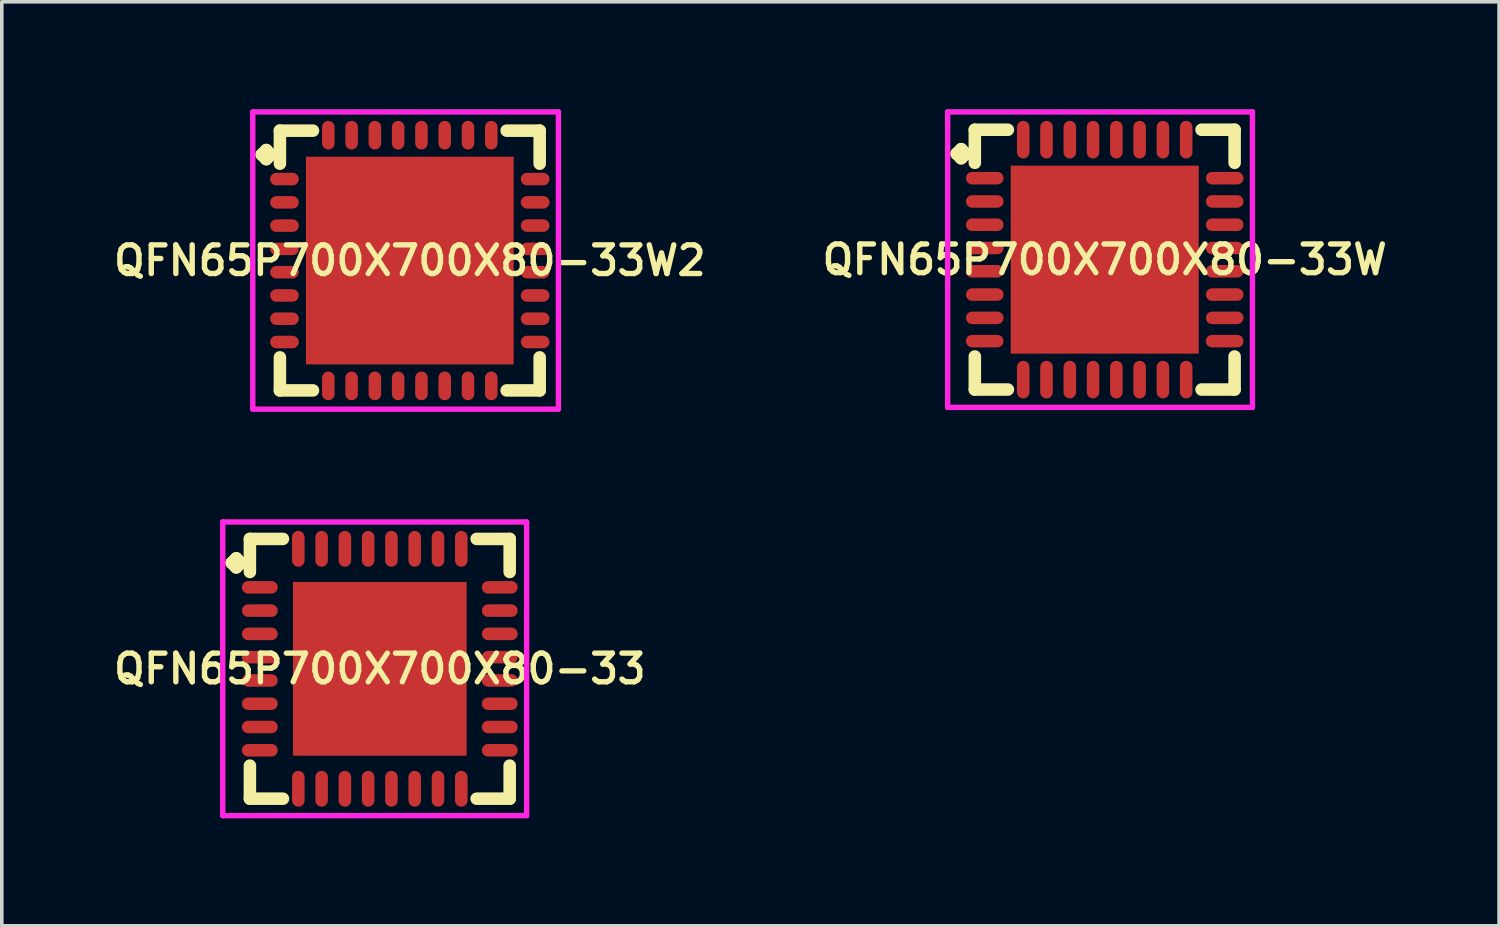
<source format=kicad_pcb>
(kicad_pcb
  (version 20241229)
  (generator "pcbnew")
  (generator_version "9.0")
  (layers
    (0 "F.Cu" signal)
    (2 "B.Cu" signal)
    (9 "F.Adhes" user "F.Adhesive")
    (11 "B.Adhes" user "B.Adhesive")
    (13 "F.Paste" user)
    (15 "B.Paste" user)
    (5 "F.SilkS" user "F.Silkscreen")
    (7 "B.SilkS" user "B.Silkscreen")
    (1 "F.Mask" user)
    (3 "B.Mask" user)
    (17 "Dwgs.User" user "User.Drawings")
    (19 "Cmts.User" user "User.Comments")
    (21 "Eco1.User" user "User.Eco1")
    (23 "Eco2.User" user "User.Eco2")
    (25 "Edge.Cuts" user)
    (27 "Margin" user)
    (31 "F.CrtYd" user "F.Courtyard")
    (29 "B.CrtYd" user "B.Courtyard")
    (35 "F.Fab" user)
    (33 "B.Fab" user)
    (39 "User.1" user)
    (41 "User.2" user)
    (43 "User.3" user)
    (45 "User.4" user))
  (footprint "QFN65P700X700X80-33W"
    (layer "F.Cu")
    (at 27.797 4.2)
    (property "Reference" "QFN65P700X700X80-33W" (at 0 0 0) (layer "F.SilkS") (effects (font (size 0.8 0.8) (thickness 0.15))))
    (attr smd)
    (fp_line (start -4.135 -2.958) (end -4.008 -3.085) (stroke (width 0.35) (type solid)) (layer "F.SilkS"))
    (fp_line (start -4.008 -3.085) (end -3.881 -2.958) (stroke (width 0.35) (type solid)) (layer "F.SilkS"))
    (fp_line (start -4.008 -2.831) (end -4.135 -2.958) (stroke (width 0.35) (type solid)) (layer "F.SilkS"))
    (fp_line (start -3.881 -2.958) (end -4.008 -2.831) (stroke (width 0.35) (type solid)) (layer "F.SilkS"))
    (fp_line (start -3.627 -3.627) (end -2.704 -3.627) (stroke (width 0.35) (type solid)) (layer "F.SilkS"))
    (fp_line (start -3.627 -2.704) (end -3.627 -3.627) (stroke (width 0.35) (type solid)) (layer "F.SilkS"))
    (fp_line (start -3.627 2.704) (end -3.627 3.627) (stroke (width 0.35) (type solid)) (layer "F.SilkS"))
    (fp_line (start -3.627 3.627) (end -2.704 3.627) (stroke (width 0.35) (type solid)) (layer "F.SilkS"))
    (fp_line (start 2.704 -3.627) (end 3.627 -3.627) (stroke (width 0.35) (type solid)) (layer "F.SilkS"))
    (fp_line (start 2.704 3.627) (end 3.627 3.627) (stroke (width 0.35) (type solid)) (layer "F.SilkS"))
    (fp_line (start 3.627 -3.627) (end 3.627 -2.704) (stroke (width 0.35) (type solid)) (layer "F.SilkS"))
    (fp_line (start 3.627 3.627) (end 3.627 2.704) (stroke (width 0.35) (type solid)) (layer "F.SilkS"))
    (fp_line (start -4.385 -4.125) (end 4.125 -4.125) (stroke (width 0.15) (type solid)) (layer "F.CrtYd"))
    (fp_line (start -4.385 4.125) (end -4.385 -4.125) (stroke (width 0.15) (type solid)) (layer "F.CrtYd"))
    (fp_line (start 4.125 -4.125) (end 4.125 4.125) (stroke (width 0.15) (type solid)) (layer "F.CrtYd"))
    (fp_line (start 4.125 4.125) (end -4.385 4.125) (stroke (width 0.15) (type solid)) (layer "F.CrtYd"))
    (pad "1" smd oval (at -3.35 -2.275) (size 1.05 0.35) (layers "F.Cu" "F.Mask" "F.Paste"))
    (pad "2" smd oval (at -3.35 -1.625) (size 1.05 0.35) (layers "F.Cu" "F.Mask" "F.Paste"))
    (pad "3" smd oval (at -3.35 -0.975) (size 1.05 0.35) (layers "F.Cu" "F.Mask" "F.Paste"))
    (pad "4" smd oval (at -3.35 -0.325) (size 1.05 0.35) (layers "F.Cu" "F.Mask" "F.Paste"))
    (pad "5" smd oval (at -3.35 0.325) (size 1.05 0.35) (layers "F.Cu" "F.Mask" "F.Paste"))
    (pad "6" smd oval (at -3.35 0.975) (size 1.05 0.35) (layers "F.Cu" "F.Mask" "F.Paste"))
    (pad "7" smd oval (at -3.35 1.625) (size 1.05 0.35) (layers "F.Cu" "F.Mask" "F.Paste"))
    (pad "8" smd oval (at -3.35 2.275) (size 1.05 0.35) (layers "F.Cu" "F.Mask" "F.Paste"))
    (pad "9" smd oval (at -2.275 3.35) (size 0.35 1.05) (layers "F.Cu" "F.Mask" "F.Paste"))
    (pad "10" smd oval (at -1.625 3.35) (size 0.35 1.05) (layers "F.Cu" "F.Mask" "F.Paste"))
    (pad "11" smd oval (at -0.975 3.35) (size 0.35 1.05) (layers "F.Cu" "F.Mask" "F.Paste"))
    (pad "12" smd oval (at -0.325 3.35) (size 0.35 1.05) (layers "F.Cu" "F.Mask" "F.Paste"))
    (pad "13" smd oval (at 0.325 3.35) (size 0.35 1.05) (layers "F.Cu" "F.Mask" "F.Paste"))
    (pad "14" smd oval (at 0.975 3.35) (size 0.35 1.05) (layers "F.Cu" "F.Mask" "F.Paste"))
    (pad "15" smd oval (at 1.625 3.35) (size 0.35 1.05) (layers "F.Cu" "F.Mask" "F.Paste"))
    (pad "16" smd oval (at 2.275 3.35) (size 0.35 1.05) (layers "F.Cu" "F.Mask" "F.Paste"))
    (pad "17" smd oval (at 3.35 2.275) (size 1.05 0.35) (layers "F.Cu" "F.Mask" "F.Paste"))
    (pad "18" smd oval (at 3.35 1.625) (size 1.05 0.35) (layers "F.Cu" "F.Mask" "F.Paste"))
    (pad "19" smd oval (at 3.35 0.975) (size 1.05 0.35) (layers "F.Cu" "F.Mask" "F.Paste"))
    (pad "20" smd oval (at 3.35 0.325) (size 1.05 0.35) (layers "F.Cu" "F.Mask" "F.Paste"))
    (pad "21" smd oval (at 3.35 -0.325) (size 1.05 0.35) (layers "F.Cu" "F.Mask" "F.Paste"))
    (pad "22" smd oval (at 3.35 -0.975) (size 1.05 0.35) (layers "F.Cu" "F.Mask" "F.Paste"))
    (pad "23" smd oval (at 3.35 -1.625) (size 1.05 0.35) (layers "F.Cu" "F.Mask" "F.Paste"))
    (pad "24" smd oval (at 3.35 -2.275) (size 1.05 0.35) (layers "F.Cu" "F.Mask" "F.Paste"))
    (pad "25" smd oval (at 2.275 -3.35) (size 0.35 1.05) (layers "F.Cu" "F.Mask" "F.Paste"))
    (pad "26" smd oval (at 1.625 -3.35) (size 0.35 1.05) (layers "F.Cu" "F.Mask" "F.Paste"))
    (pad "27" smd oval (at 0.975 -3.35) (size 0.35 1.05) (layers "F.Cu" "F.Mask" "F.Paste"))
    (pad "28" smd oval (at 0.325 -3.35) (size 0.35 1.05) (layers "F.Cu" "F.Mask" "F.Paste"))
    (pad "29" smd oval (at -0.325 -3.35) (size 0.35 1.05) (layers "F.Cu" "F.Mask" "F.Paste"))
    (pad "30" smd oval (at -0.975 -3.35) (size 0.35 1.05) (layers "F.Cu" "F.Mask" "F.Paste"))
    (pad "31" smd oval (at -1.625 -3.35) (size 0.35 1.05) (layers "F.Cu" "F.Mask" "F.Paste"))
    (pad "32" smd oval (at -2.275 -3.35) (size 0.35 1.05) (layers "F.Cu" "F.Mask" "F.Paste"))
    (pad "33" smd rect (at 0 0) (size 5.25 5.25) (layers "F.Cu" "F.Mask" "F.Paste")))
  (footprint "QFN65P700X700X80-33"
    (layer "F.Cu")
    (at 7.555 15.625)
    (property "Reference" "QFN65P700X700X80-33" (at 0 0 0) (layer "F.SilkS") (effects (font (size 0.8 0.8) (thickness 0.15))))
    (attr smd)
    (fp_line (start -4.135 -2.958) (end -4.008 -3.085) (stroke (width 0.35) (type solid)) (layer "F.SilkS"))
    (fp_line (start -4.008 -3.085) (end -3.881 -2.958) (stroke (width 0.35) (type solid)) (layer "F.SilkS"))
    (fp_line (start -4.008 -2.831) (end -4.135 -2.958) (stroke (width 0.35) (type solid)) (layer "F.SilkS"))
    (fp_line (start -3.881 -2.958) (end -4.008 -2.831) (stroke (width 0.35) (type solid)) (layer "F.SilkS"))
    (fp_line (start -3.627 -3.627) (end -2.704 -3.627) (stroke (width 0.35) (type solid)) (layer "F.SilkS"))
    (fp_line (start -3.627 -2.704) (end -3.627 -3.627) (stroke (width 0.35) (type solid)) (layer "F.SilkS"))
    (fp_line (start -3.627 2.704) (end -3.627 3.627) (stroke (width 0.35) (type solid)) (layer "F.SilkS"))
    (fp_line (start -3.627 3.627) (end -2.704 3.627) (stroke (width 0.35) (type solid)) (layer "F.SilkS"))
    (fp_line (start 2.704 -3.627) (end 3.627 -3.627) (stroke (width 0.35) (type solid)) (layer "F.SilkS"))
    (fp_line (start 2.704 3.627) (end 3.627 3.627) (stroke (width 0.35) (type solid)) (layer "F.SilkS"))
    (fp_line (start 3.627 -3.627) (end 3.627 -2.704) (stroke (width 0.35) (type solid)) (layer "F.SilkS"))
    (fp_line (start 3.627 3.627) (end 3.627 2.704) (stroke (width 0.35) (type solid)) (layer "F.SilkS"))
    (fp_line (start -4.385 -4.1) (end 4.1 -4.1) (stroke (width 0.15) (type solid)) (layer "F.CrtYd"))
    (fp_line (start -4.385 4.1) (end -4.385 -4.1) (stroke (width 0.15) (type solid)) (layer "F.CrtYd"))
    (fp_line (start 4.1 -4.1) (end 4.1 4.1) (stroke (width 0.15) (type solid)) (layer "F.CrtYd"))
    (fp_line (start 4.1 4.1) (end -4.385 4.1) (stroke (width 0.15) (type solid)) (layer "F.CrtYd"))
    (pad "1" smd oval (at -3.35 -2.275) (size 1 0.35) (layers "F.Cu" "F.Mask" "F.Paste"))
    (pad "2" smd oval (at -3.35 -1.625) (size 1 0.35) (layers "F.Cu" "F.Mask" "F.Paste"))
    (pad "3" smd oval (at -3.35 -0.975) (size 1 0.35) (layers "F.Cu" "F.Mask" "F.Paste"))
    (pad "4" smd oval (at -3.35 -0.325) (size 1 0.35) (layers "F.Cu" "F.Mask" "F.Paste"))
    (pad "5" smd oval (at -3.35 0.325) (size 1 0.35) (layers "F.Cu" "F.Mask" "F.Paste"))
    (pad "6" smd oval (at -3.35 0.975) (size 1 0.35) (layers "F.Cu" "F.Mask" "F.Paste"))
    (pad "7" smd oval (at -3.35 1.625) (size 1 0.35) (layers "F.Cu" "F.Mask" "F.Paste"))
    (pad "8" smd oval (at -3.35 2.275) (size 1 0.35) (layers "F.Cu" "F.Mask" "F.Paste"))
    (pad "9" smd oval (at -2.275 3.35) (size 0.35 1) (layers "F.Cu" "F.Mask" "F.Paste"))
    (pad "10" smd oval (at -1.625 3.35) (size 0.35 1) (layers "F.Cu" "F.Mask" "F.Paste"))
    (pad "11" smd oval (at -0.975 3.35) (size 0.35 1) (layers "F.Cu" "F.Mask" "F.Paste"))
    (pad "12" smd oval (at -0.325 3.35) (size 0.35 1) (layers "F.Cu" "F.Mask" "F.Paste"))
    (pad "13" smd oval (at 0.325 3.35) (size 0.35 1) (layers "F.Cu" "F.Mask" "F.Paste"))
    (pad "14" smd oval (at 0.975 3.35) (size 0.35 1) (layers "F.Cu" "F.Mask" "F.Paste"))
    (pad "15" smd oval (at 1.625 3.35) (size 0.35 1) (layers "F.Cu" "F.Mask" "F.Paste"))
    (pad "16" smd oval (at 2.275 3.35) (size 0.35 1) (layers "F.Cu" "F.Mask" "F.Paste"))
    (pad "17" smd oval (at 3.35 2.275) (size 1 0.35) (layers "F.Cu" "F.Mask" "F.Paste"))
    (pad "18" smd oval (at 3.35 1.625) (size 1 0.35) (layers "F.Cu" "F.Mask" "F.Paste"))
    (pad "19" smd oval (at 3.35 0.975) (size 1 0.35) (layers "F.Cu" "F.Mask" "F.Paste"))
    (pad "20" smd oval (at 3.35 0.325) (size 1 0.35) (layers "F.Cu" "F.Mask" "F.Paste"))
    (pad "21" smd oval (at 3.35 -0.325) (size 1 0.35) (layers "F.Cu" "F.Mask" "F.Paste"))
    (pad "22" smd oval (at 3.35 -0.975) (size 1 0.35) (layers "F.Cu" "F.Mask" "F.Paste"))
    (pad "23" smd oval (at 3.35 -1.625) (size 1 0.35) (layers "F.Cu" "F.Mask" "F.Paste"))
    (pad "24" smd oval (at 3.35 -2.275) (size 1 0.35) (layers "F.Cu" "F.Mask" "F.Paste"))
    (pad "25" smd oval (at 2.275 -3.35) (size 0.35 1) (layers "F.Cu" "F.Mask" "F.Paste"))
    (pad "26" smd oval (at 1.625 -3.35) (size 0.35 1) (layers "F.Cu" "F.Mask" "F.Paste"))
    (pad "27" smd oval (at 0.975 -3.35) (size 0.35 1) (layers "F.Cu" "F.Mask" "F.Paste"))
    (pad "28" smd oval (at 0.325 -3.35) (size 0.35 1) (layers "F.Cu" "F.Mask" "F.Paste"))
    (pad "29" smd oval (at -0.325 -3.35) (size 0.35 1) (layers "F.Cu" "F.Mask" "F.Paste"))
    (pad "30" smd oval (at -0.975 -3.35) (size 0.35 1) (layers "F.Cu" "F.Mask" "F.Paste"))
    (pad "31" smd oval (at -1.625 -3.35) (size 0.35 1) (layers "F.Cu" "F.Mask" "F.Paste"))
    (pad "32" smd oval (at -2.275 -3.35) (size 0.35 1) (layers "F.Cu" "F.Mask" "F.Paste"))
    (pad "33" smd rect (at 0 0) (size 4.85 4.85) (layers "F.Cu" "F.Mask" "F.Paste")))
  (footprint "QFN65P700X700X80-33W2"
    (layer "F.Cu")
    (at 8.393 4.225)
    (property "Reference" "QFN65P700X700X80-33W2" (at 0 0 0) (layer "F.SilkS") (effects (font (size 0.8 0.8) (thickness 0.15))))
    (attr smd)
    (fp_line (start -4.135 -2.958) (end -4.008 -3.085) (stroke (width 0.35) (type solid)) (layer "F.SilkS"))
    (fp_line (start -4.008 -3.085) (end -3.881 -2.958) (stroke (width 0.35) (type solid)) (layer "F.SilkS"))
    (fp_line (start -4.008 -2.831) (end -4.135 -2.958) (stroke (width 0.35) (type solid)) (layer "F.SilkS"))
    (fp_line (start -3.881 -2.958) (end -4.008 -2.831) (stroke (width 0.35) (type solid)) (layer "F.SilkS"))
    (fp_line (start -3.627 -3.627) (end -2.704 -3.627) (stroke (width 0.35) (type solid)) (layer "F.SilkS"))
    (fp_line (start -3.627 -2.704) (end -3.627 -3.627) (stroke (width 0.35) (type solid)) (layer "F.SilkS"))
    (fp_line (start -3.627 2.704) (end -3.627 3.627) (stroke (width 0.35) (type solid)) (layer "F.SilkS"))
    (fp_line (start -3.627 3.627) (end -2.704 3.627) (stroke (width 0.35) (type solid)) (layer "F.SilkS"))
    (fp_line (start 2.704 -3.627) (end 3.627 -3.627) (stroke (width 0.35) (type solid)) (layer "F.SilkS"))
    (fp_line (start 2.704 3.627) (end 3.627 3.627) (stroke (width 0.35) (type solid)) (layer "F.SilkS"))
    (fp_line (start 3.627 -3.627) (end 3.627 -2.704) (stroke (width 0.35) (type solid)) (layer "F.SilkS"))
    (fp_line (start 3.627 3.627) (end 3.627 2.704) (stroke (width 0.35) (type solid)) (layer "F.SilkS"))
    (fp_line (start -4.385 -4.15) (end 4.15 -4.15) (stroke (width 0.15) (type solid)) (layer "F.CrtYd"))
    (fp_line (start -4.385 4.15) (end -4.385 -4.15) (stroke (width 0.15) (type solid)) (layer "F.CrtYd"))
    (fp_line (start 4.15 -4.15) (end 4.15 4.15) (stroke (width 0.15) (type solid)) (layer "F.CrtYd"))
    (fp_line (start 4.15 4.15) (end -4.385 4.15) (stroke (width 0.15) (type solid)) (layer "F.CrtYd"))
    (pad "1" smd oval (at -3.5 -2.275) (size 0.8 0.35) (layers "F.Cu" "F.Mask" "F.Paste"))
    (pad "2" smd oval (at -3.5 -1.625) (size 0.8 0.35) (layers "F.Cu" "F.Mask" "F.Paste"))
    (pad "3" smd oval (at -3.5 -0.975) (size 0.8 0.35) (layers "F.Cu" "F.Mask" "F.Paste"))
    (pad "4" smd oval (at -3.5 -0.325) (size 0.8 0.35) (layers "F.Cu" "F.Mask" "F.Paste"))
    (pad "5" smd oval (at -3.5 0.325) (size 0.8 0.35) (layers "F.Cu" "F.Mask" "F.Paste"))
    (pad "6" smd oval (at -3.5 0.975) (size 0.8 0.35) (layers "F.Cu" "F.Mask" "F.Paste"))
    (pad "7" smd oval (at -3.5 1.625) (size 0.8 0.35) (layers "F.Cu" "F.Mask" "F.Paste"))
    (pad "8" smd oval (at -3.5 2.275) (size 0.8 0.35) (layers "F.Cu" "F.Mask" "F.Paste"))
    (pad "9" smd oval (at -2.275 3.5) (size 0.35 0.8) (layers "F.Cu" "F.Mask" "F.Paste"))
    (pad "10" smd oval (at -1.625 3.5) (size 0.35 0.8) (layers "F.Cu" "F.Mask" "F.Paste"))
    (pad "11" smd oval (at -0.975 3.5) (size 0.35 0.8) (layers "F.Cu" "F.Mask" "F.Paste"))
    (pad "12" smd oval (at -0.325 3.5) (size 0.35 0.8) (layers "F.Cu" "F.Mask" "F.Paste"))
    (pad "13" smd oval (at 0.325 3.5) (size 0.35 0.8) (layers "F.Cu" "F.Mask" "F.Paste"))
    (pad "14" smd oval (at 0.975 3.5) (size 0.35 0.8) (layers "F.Cu" "F.Mask" "F.Paste"))
    (pad "15" smd oval (at 1.625 3.5) (size 0.35 0.8) (layers "F.Cu" "F.Mask" "F.Paste"))
    (pad "16" smd oval (at 2.275 3.5) (size 0.35 0.8) (layers "F.Cu" "F.Mask" "F.Paste"))
    (pad "17" smd oval (at 3.5 2.275) (size 0.8 0.35) (layers "F.Cu" "F.Mask" "F.Paste"))
    (pad "18" smd oval (at 3.5 1.625) (size 0.8 0.35) (layers "F.Cu" "F.Mask" "F.Paste"))
    (pad "19" smd oval (at 3.5 0.975) (size 0.8 0.35) (layers "F.Cu" "F.Mask" "F.Paste"))
    (pad "20" smd oval (at 3.5 0.325) (size 0.8 0.35) (layers "F.Cu" "F.Mask" "F.Paste"))
    (pad "21" smd oval (at 3.5 -0.325) (size 0.8 0.35) (layers "F.Cu" "F.Mask" "F.Paste"))
    (pad "22" smd oval (at 3.5 -0.975) (size 0.8 0.35) (layers "F.Cu" "F.Mask" "F.Paste"))
    (pad "23" smd oval (at 3.5 -1.625) (size 0.8 0.35) (layers "F.Cu" "F.Mask" "F.Paste"))
    (pad "24" smd oval (at 3.5 -2.275) (size 0.8 0.35) (layers "F.Cu" "F.Mask" "F.Paste"))
    (pad "25" smd oval (at 2.275 -3.5) (size 0.35 0.8) (layers "F.Cu" "F.Mask" "F.Paste"))
    (pad "26" smd oval (at 1.625 -3.5) (size 0.35 0.8) (layers "F.Cu" "F.Mask" "F.Paste"))
    (pad "27" smd oval (at 0.975 -3.5) (size 0.35 0.8) (layers "F.Cu" "F.Mask" "F.Paste"))
    (pad "28" smd oval (at 0.325 -3.5) (size 0.35 0.8) (layers "F.Cu" "F.Mask" "F.Paste"))
    (pad "29" smd oval (at -0.325 -3.5) (size 0.35 0.8) (layers "F.Cu" "F.Mask" "F.Paste"))
    (pad "30" smd oval (at -0.975 -3.5) (size 0.35 0.8) (layers "F.Cu" "F.Mask" "F.Paste"))
    (pad "31" smd oval (at -1.625 -3.5) (size 0.35 0.8) (layers "F.Cu" "F.Mask" "F.Paste"))
    (pad "32" smd oval (at -2.275 -3.5) (size 0.35 0.8) (layers "F.Cu" "F.Mask" "F.Paste"))
    (pad "33" smd rect (at 0 0) (size 5.8 5.8) (layers "F.Cu" "F.Mask" "F.Paste")))
  (gr_rect
    (start -3 -3)
    (end 38.809 22.8)
    (stroke (width 0.1) (type default))
    (fill no)
    (layer "Edge.Cuts")))
</source>
